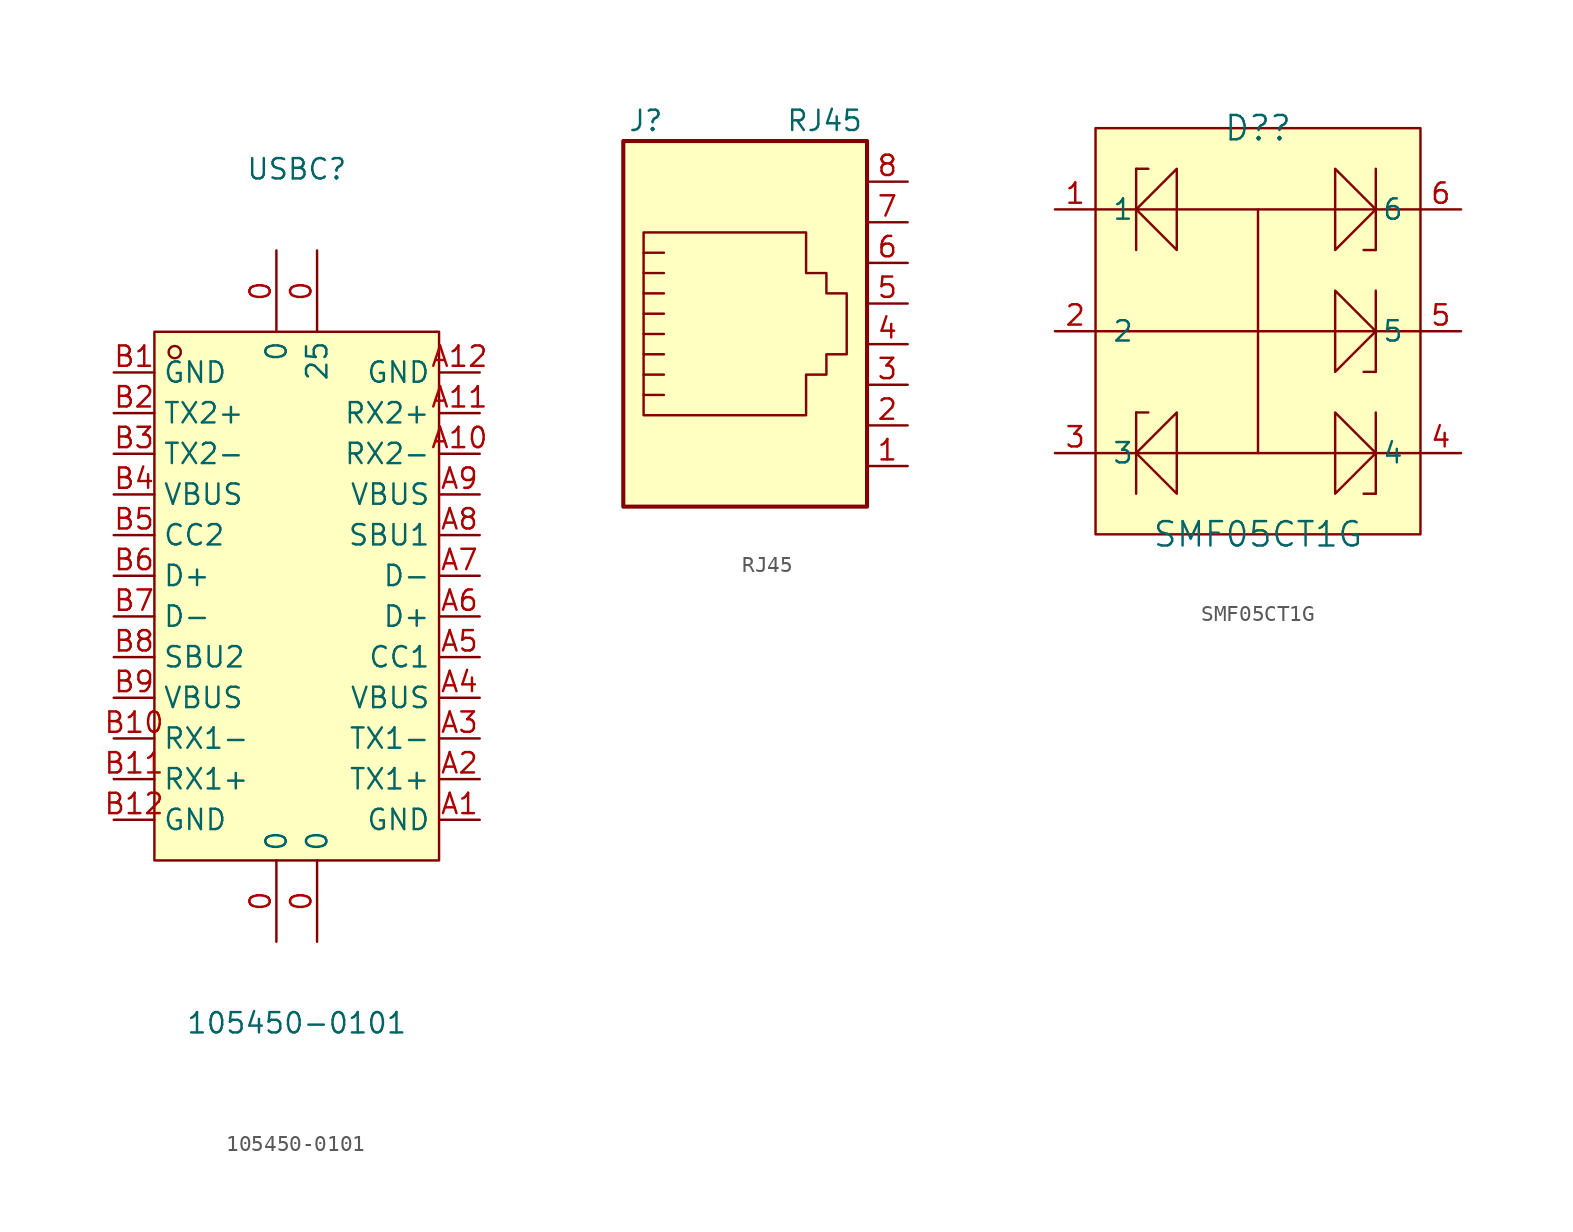
<source format=kicad_sym>
(kicad_symbol_lib
  (version 20220914)
  (generator kicad_symbol_editor)
  (symbol "105450-0101"
    (property "Reference" "USBC"
      (at 0 26.67 0)
      (effects (font (size 1.27 1.27))))
    (property "Value" "105450-0101"
      (at 0 -26.67 0)
      (effects (font (size 1.27 1.27))))
    (symbol "105450-0101_0_1"
      (rectangle (start -8.89 16.51) (end 8.89 -16.51) (stroke (width 0) (type default)) (fill (type background)))
      (circle (center -7.62 15.24) (radius 0.38) (stroke (width 0) (type default)) (fill (type none)))
      (pin passive line (at -1.27 -21.59 90) (length 5.08) (name "0" (effects (font (size 1.27 1.27)))) (number "0" (effects (font (size 1.27 1.27)))))
      (pin passive line (at -1.27 21.59 270) (length 5.08) (name "0" (effects (font (size 1.27 1.27)))) (number "0" (effects (font (size 1.27 1.27)))))
      (pin passive line (at 1.27 -21.59 90) (length 5.08) (name "0" (effects (font (size 1.27 1.27)))) (number "0" (effects (font (size 1.27 1.27)))))
      (pin passive line (at 1.27 21.59 270) (length 5.08) (name "25" (effects (font (size 1.27 1.27)))) (number "0" (effects (font (size 1.27 1.27)))))
      (pin passive line (at 11.43 8.89 180) (length 2.54) (name "RX2-" (effects (font (size 1.27 1.27)))) (number "A10" (effects (font (size 1.27 1.27)))))
      (pin passive line (at 11.43 11.43 180) (length 2.54) (name "RX2+" (effects (font (size 1.27 1.27)))) (number "A11" (effects (font (size 1.27 1.27)))))
      (pin passive line (at 11.43 13.97 180) (length 2.54) (name "GND" (effects (font (size 1.27 1.27)))) (number "A12" (effects (font (size 1.27 1.27)))))
      (pin passive line (at 11.43 -11.43 180) (length 2.54) (name "TX1+" (effects (font (size 1.27 1.27)))) (number "A2" (effects (font (size 1.27 1.27)))))
      (pin passive line (at 11.43 -8.89 180) (length 2.54) (name "TX1-" (effects (font (size 1.27 1.27)))) (number "A3" (effects (font (size 1.27 1.27)))))
      (pin passive line (at 11.43 -6.35 180) (length 2.54) (name "VBUS" (effects (font (size 1.27 1.27)))) (number "A4" (effects (font (size 1.27 1.27)))))
      (pin passive line (at 11.43 -3.81 180) (length 2.54) (name "CC1" (effects (font (size 1.27 1.27)))) (number "A5" (effects (font (size 1.27 1.27)))))
      (pin passive line (at 11.43 -1.27 180) (length 2.54) (name "D+" (effects (font (size 1.27 1.27)))) (number "A6" (effects (font (size 1.27 1.27)))))
      (pin passive line (at 11.43 1.27 180) (length 2.54) (name "D-" (effects (font (size 1.27 1.27)))) (number "A7" (effects (font (size 1.27 1.27)))))
      (pin passive line (at 11.43 3.81 180) (length 2.54) (name "SBU1" (effects (font (size 1.27 1.27)))) (number "A8" (effects (font (size 1.27 1.27)))))
      (pin passive line (at 11.43 6.35 180) (length 2.54) (name "VBUS" (effects (font (size 1.27 1.27)))) (number "A9" (effects (font (size 1.27 1.27)))))
      (pin passive line (at -11.43 13.97 0) (length 2.54) (name "GND" (effects (font (size 1.27 1.27)))) (number "B1" (effects (font (size 1.27 1.27)))))
      (pin passive line (at -11.43 -8.89 0) (length 2.54) (name "RX1-" (effects (font (size 1.27 1.27)))) (number "B10" (effects (font (size 1.27 1.27)))))
      (pin passive line (at -11.43 -11.43 0) (length 2.54) (name "RX1+" (effects (font (size 1.27 1.27)))) (number "B11" (effects (font (size 1.27 1.27)))))
      (pin passive line (at -11.43 -13.97 0) (length 2.54) (name "GND" (effects (font (size 1.27 1.27)))) (number "B12" (effects (font (size 1.27 1.27)))))
      (pin passive line (at -11.43 11.43 0) (length 2.54) (name "TX2+" (effects (font (size 1.27 1.27)))) (number "B2" (effects (font (size 1.27 1.27)))))
      (pin passive line (at -11.43 8.89 0) (length 2.54) (name "TX2-" (effects (font (size 1.27 1.27)))) (number "B3" (effects (font (size 1.27 1.27)))))
      (pin passive line (at -11.43 6.35 0) (length 2.54) (name "VBUS" (effects (font (size 1.27 1.27)))) (number "B4" (effects (font (size 1.27 1.27)))))
      (pin passive line (at -11.43 3.81 0) (length 2.54) (name "CC2" (effects (font (size 1.27 1.27)))) (number "B5" (effects (font (size 1.27 1.27)))))
      (pin passive line (at -11.43 1.27 0) (length 2.54) (name "D+" (effects (font (size 1.27 1.27)))) (number "B6" (effects (font (size 1.27 1.27)))))
      (pin passive line (at -11.43 -1.27 0) (length 2.54) (name "D-" (effects (font (size 1.27 1.27)))) (number "B7" (effects (font (size 1.27 1.27)))))
      (pin passive line (at -11.43 -3.81 0) (length 2.54) (name "SBU2" (effects (font (size 1.27 1.27)))) (number "B8" (effects (font (size 1.27 1.27)))))
      (pin passive line (at -11.43 -6.35 0) (length 2.54) (name "VBUS" (effects (font (size 1.27 1.27)))) (number "B9" (effects (font (size 1.27 1.27))))))
    (symbol "105450-0101_1_1"
      (pin passive line (at 11.43 -13.97 180) (length 2.54) (name "GND" (effects (font (size 1.27 1.27)))) (number "A1" (effects (font (size 1.27 1.27)))))))
  (symbol "RJ45"
    (pin_names
      (offset 1.016))
    (property "Reference" "J"
      (at -5.08 13.97 0)
      (effects (font (size 1.27 1.27)) (justify right)))
    (property "Value" "RJ45"
      (at 2.54 13.97 0)
      (effects (font (size 1.27 1.27)) (justify left)))
    (symbol "RJ45_0_1"
      (polyline (pts (xy -5.08 4.445) (xy -6.35 4.445)) (stroke (width 0) (type default)) (fill (type none)))
      (polyline (pts (xy -5.08 5.715) (xy -6.35 5.715)) (stroke (width 0) (type default)) (fill (type none)))
      (polyline (pts (xy -6.35 -3.175) (xy -5.08 -3.175) (xy -5.08 -3.175)) (stroke (width 0) (type default)) (fill (type none)))
      (polyline (pts (xy -6.35 -1.905) (xy -5.08 -1.905) (xy -5.08 -1.905)) (stroke (width 0) (type default)) (fill (type none)))
      (polyline (pts (xy -6.35 -0.635) (xy -5.08 -0.635) (xy -5.08 -0.635)) (stroke (width 0) (type default)) (fill (type none)))
      (polyline (pts (xy -6.35 0.635) (xy -5.08 0.635) (xy -5.08 0.635)) (stroke (width 0) (type default)) (fill (type none)))
      (polyline (pts (xy -6.35 1.905) (xy -5.08 1.905) (xy -5.08 1.905)) (stroke (width 0) (type default)) (fill (type none)))
      (polyline (pts (xy -5.08 3.175) (xy -6.35 3.175) (xy -6.35 3.175)) (stroke (width 0) (type default)) (fill (type none)))
      (polyline (pts (xy -6.35 -4.445) (xy -6.35 6.985) (xy 3.81 6.985) (xy 3.81 4.445) (xy 5.08 4.445) (xy 5.08 3.175) (xy 6.35 3.175) (xy 6.35 -0.635) (xy 5.08 -0.635) (xy 5.08 -1.905) (xy 3.81 -1.905) (xy 3.81 -4.445) (xy -6.35 -4.445) (xy -6.35 -4.445)) (stroke (width 0) (type default)) (fill (type none)))
      (rectangle (start 7.62 12.7) (end -7.62 -10.16) (stroke (width 0.254) (type default)) (fill (type background))))
    (symbol "RJ45_1_1"
      (pin passive line (at 10.16 -7.62 180) (length 2.54) (name "~" (effects (font (size 1.27 1.27)))) (number "1" (effects (font (size 1.27 1.27)))))
      (pin passive line (at 10.16 -5.08 180) (length 2.54) (name "~" (effects (font (size 1.27 1.27)))) (number "2" (effects (font (size 1.27 1.27)))))
      (pin passive line (at 10.16 -2.54 180) (length 2.54) (name "~" (effects (font (size 1.27 1.27)))) (number "3" (effects (font (size 1.27 1.27)))))
      (pin passive line (at 10.16 0 180) (length 2.54) (name "~" (effects (font (size 1.27 1.27)))) (number "4" (effects (font (size 1.27 1.27)))))
      (pin passive line (at 10.16 2.54 180) (length 2.54) (name "~" (effects (font (size 1.27 1.27)))) (number "5" (effects (font (size 1.27 1.27)))))
      (pin passive line (at 10.16 5.08 180) (length 2.54) (name "~" (effects (font (size 1.27 1.27)))) (number "6" (effects (font (size 1.27 1.27)))))
      (pin passive line (at 10.16 7.62 180) (length 2.54) (name "~" (effects (font (size 1.27 1.27)))) (number "7" (effects (font (size 1.27 1.27)))))
      (pin passive line (at 10.16 10.16 180) (length 2.54) (name "~" (effects (font (size 1.27 1.27)))) (number "8" (effects (font (size 1.27 1.27)))))))
  (symbol "SMF05CT1G"
    (pin_names
      (offset 1.016))
    (property "Reference" "D?"
      (at 0 12.7 0)
      (effects (font (size 1.524 1.524))))
    (property "Value" "SMF05CT1G"
      (at 0 -12.7 0)
      (effects (font (size 1.524 1.524))))
    (property "ki_locked" ""
      (at 0 0 0)
      (effects (font (size 1.27 1.27))))
    (symbol "SMF05CT1G_1_1"
      (rectangle (start -10.16 12.7) (end 10.16 -12.7) (stroke (width 0) (type solid)) (fill (type background)))
      (polyline (pts (xy -10.16 -7.62) (xy 10.16 -7.62)) (stroke (width 0) (type solid)) (fill (type none)))
      (polyline (pts (xy -10.16 0) (xy 0 0)) (stroke (width 0) (type solid)) (fill (type none)))
      (polyline (pts (xy -10.16 7.62) (xy 10.16 7.62)) (stroke (width 0) (type solid)) (fill (type none)))
      (polyline (pts (xy -7.62 -10.16) (xy -7.62 -5.08)) (stroke (width 0) (type solid)) (fill (type none)))
      (polyline (pts (xy -7.62 -5.08) (xy -6.858 -5.08)) (stroke (width 0) (type solid)) (fill (type none)))
      (polyline (pts (xy -7.62 5.08) (xy -7.62 10.16)) (stroke (width 0) (type solid)) (fill (type none)))
      (polyline (pts (xy -7.62 10.16) (xy -6.858 10.16)) (stroke (width 0) (type solid)) (fill (type none)))
      (polyline (pts (xy 0 -7.62) (xy 0 7.62)) (stroke (width 0) (type solid)) (fill (type none)))
      (polyline (pts (xy 0 0) (xy 10.16 0)) (stroke (width 0) (type solid)) (fill (type none)))
      (polyline (pts (xy 7.366 -10.16) (xy 6.604 -10.16)) (stroke (width 0) (type solid)) (fill (type none)))
      (polyline (pts (xy 7.366 -5.08) (xy 7.366 -10.16)) (stroke (width 0) (type solid)) (fill (type none)))
      (polyline (pts (xy 7.366 -2.54) (xy 6.604 -2.54)) (stroke (width 0) (type solid)) (fill (type none)))
      (polyline (pts (xy 7.366 2.54) (xy 7.366 -2.54)) (stroke (width 0) (type solid)) (fill (type none)))
      (polyline (pts (xy 7.366 5.08) (xy 6.604 5.08)) (stroke (width 0) (type solid)) (fill (type none)))
      (polyline (pts (xy 7.366 10.16) (xy 7.366 5.08)) (stroke (width 0) (type solid)) (fill (type none)))
      (polyline (pts (xy -5.08 -5.08) (xy -7.62 -7.62) (xy -5.08 -10.16) (xy -5.08 -5.08)) (stroke (width 0) (type solid)) (fill (type background)))
      (polyline (pts (xy -5.08 10.16) (xy -7.62 7.62) (xy -5.08 5.08) (xy -5.08 10.16)) (stroke (width 0) (type solid)) (fill (type background)))
      (polyline (pts (xy 4.826 -10.16) (xy 7.366 -7.62) (xy 4.826 -5.08) (xy 4.826 -10.16)) (stroke (width 0) (type solid)) (fill (type background)))
      (polyline (pts (xy 4.826 -2.54) (xy 7.366 0) (xy 4.826 2.54) (xy 4.826 -2.54)) (stroke (width 0) (type solid)) (fill (type background)))
      (polyline (pts (xy 4.826 5.08) (xy 7.366 7.62) (xy 4.826 10.16) (xy 4.826 5.08)) (stroke (width 0) (type solid)) (fill (type background)))
      (pin input line (at -12.7 7.62 0) (length 2.54) (name "1" (effects (font (size 1.27 1.27)))) (number "1" (effects (font (size 1.27 1.27)))))
      (pin input line (at -12.7 0 0) (length 2.54) (name "2" (effects (font (size 1.27 1.27)))) (number "2" (effects (font (size 1.27 1.27)))))
      (pin input line (at -12.7 -7.62 0) (length 2.54) (name "3" (effects (font (size 1.27 1.27)))) (number "3" (effects (font (size 1.27 1.27)))))
      (pin input line (at 12.7 -7.62 180) (length 2.54) (name "4" (effects (font (size 1.27 1.27)))) (number "4" (effects (font (size 1.27 1.27)))))
      (pin input line (at 12.7 0 180) (length 2.54) (name "5" (effects (font (size 1.27 1.27)))) (number "5" (effects (font (size 1.27 1.27)))))
      (pin input line (at 12.7 7.62 180) (length 2.54) (name "6" (effects (font (size 1.27 1.27)))) (number "6" (effects (font (size 1.27 1.27))))))))
</source>
